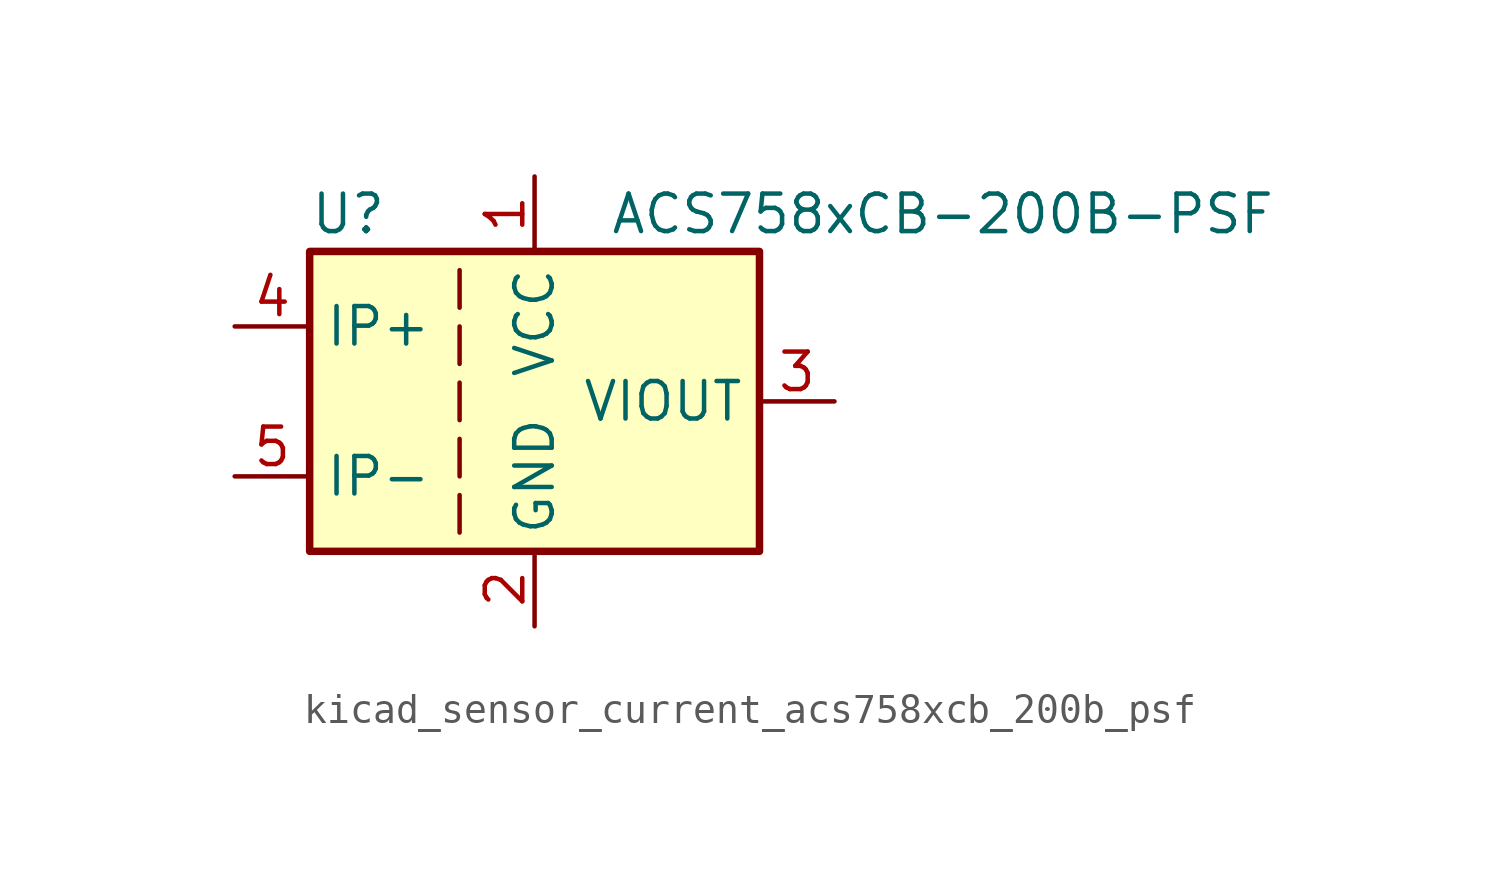
<source format=kicad_sym>
(kicad_symbol_lib
  (version 20220914)
  (generator kicad_symbol_editor)
  (symbol "kicad_sensor_current_acs758xcb_200b_psf"
    (property "Reference" "U"
      (at -7.62 6.35 0)
      (effects (font (size 1.27 1.27)) (justify left)))
    (property "Value" "ACS758xCB-200B-PSF"
      (at 2.54 6.35 0)
      (effects (font (size 1.27 1.27)) (justify left)))
    (symbol "kicad_sensor_current_acs758xcb_200b_psf_0_1"
      (rectangle (start -7.62 5.08) (end 7.62 -5.08) (stroke (width 0.254) (type default)) (fill (type background)))
      (polyline (pts (xy -2.54 -3.175) (xy -2.54 -4.445)) (stroke (width 0) (type default)) (fill (type none)))
      (polyline (pts (xy -2.54 -1.27) (xy -2.54 -2.54)) (stroke (width 0) (type default)) (fill (type none)))
      (polyline (pts (xy -2.54 0.635) (xy -2.54 -0.635)) (stroke (width 0) (type default)) (fill (type none)))
      (polyline (pts (xy -2.54 1.27) (xy -2.54 2.54)) (stroke (width 0) (type default)) (fill (type none)))
      (polyline (pts (xy -2.54 3.175) (xy -2.54 4.445)) (stroke (width 0) (type default)) (fill (type none))))
    (symbol "kicad_sensor_current_acs758xcb_200b_psf_1_1"
      (pin power_in line (at 0 7.62 270) (length 2.54) (name "VCC" (effects (font (size 1.27 1.27)))) (number "1" (effects (font (size 1.27 1.27)))))
      (pin power_in line (at 0 -7.62 90) (length 2.54) (name "GND" (effects (font (size 1.27 1.27)))) (number "2" (effects (font (size 1.27 1.27)))))
      (pin output line (at 10.16 0 180) (length 2.54) (name "VIOUT" (effects (font (size 1.27 1.27)))) (number "3" (effects (font (size 1.27 1.27)))))
      (pin passive line (at -10.16 2.54 0) (length 2.54) (name "IP+" (effects (font (size 1.27 1.27)))) (number "4" (effects (font (size 1.27 1.27)))))
      (pin passive line (at -10.16 -2.54 0) (length 2.54) (name "IP-" (effects (font (size 1.27 1.27)))) (number "5" (effects (font (size 1.27 1.27))))))))
</source>
